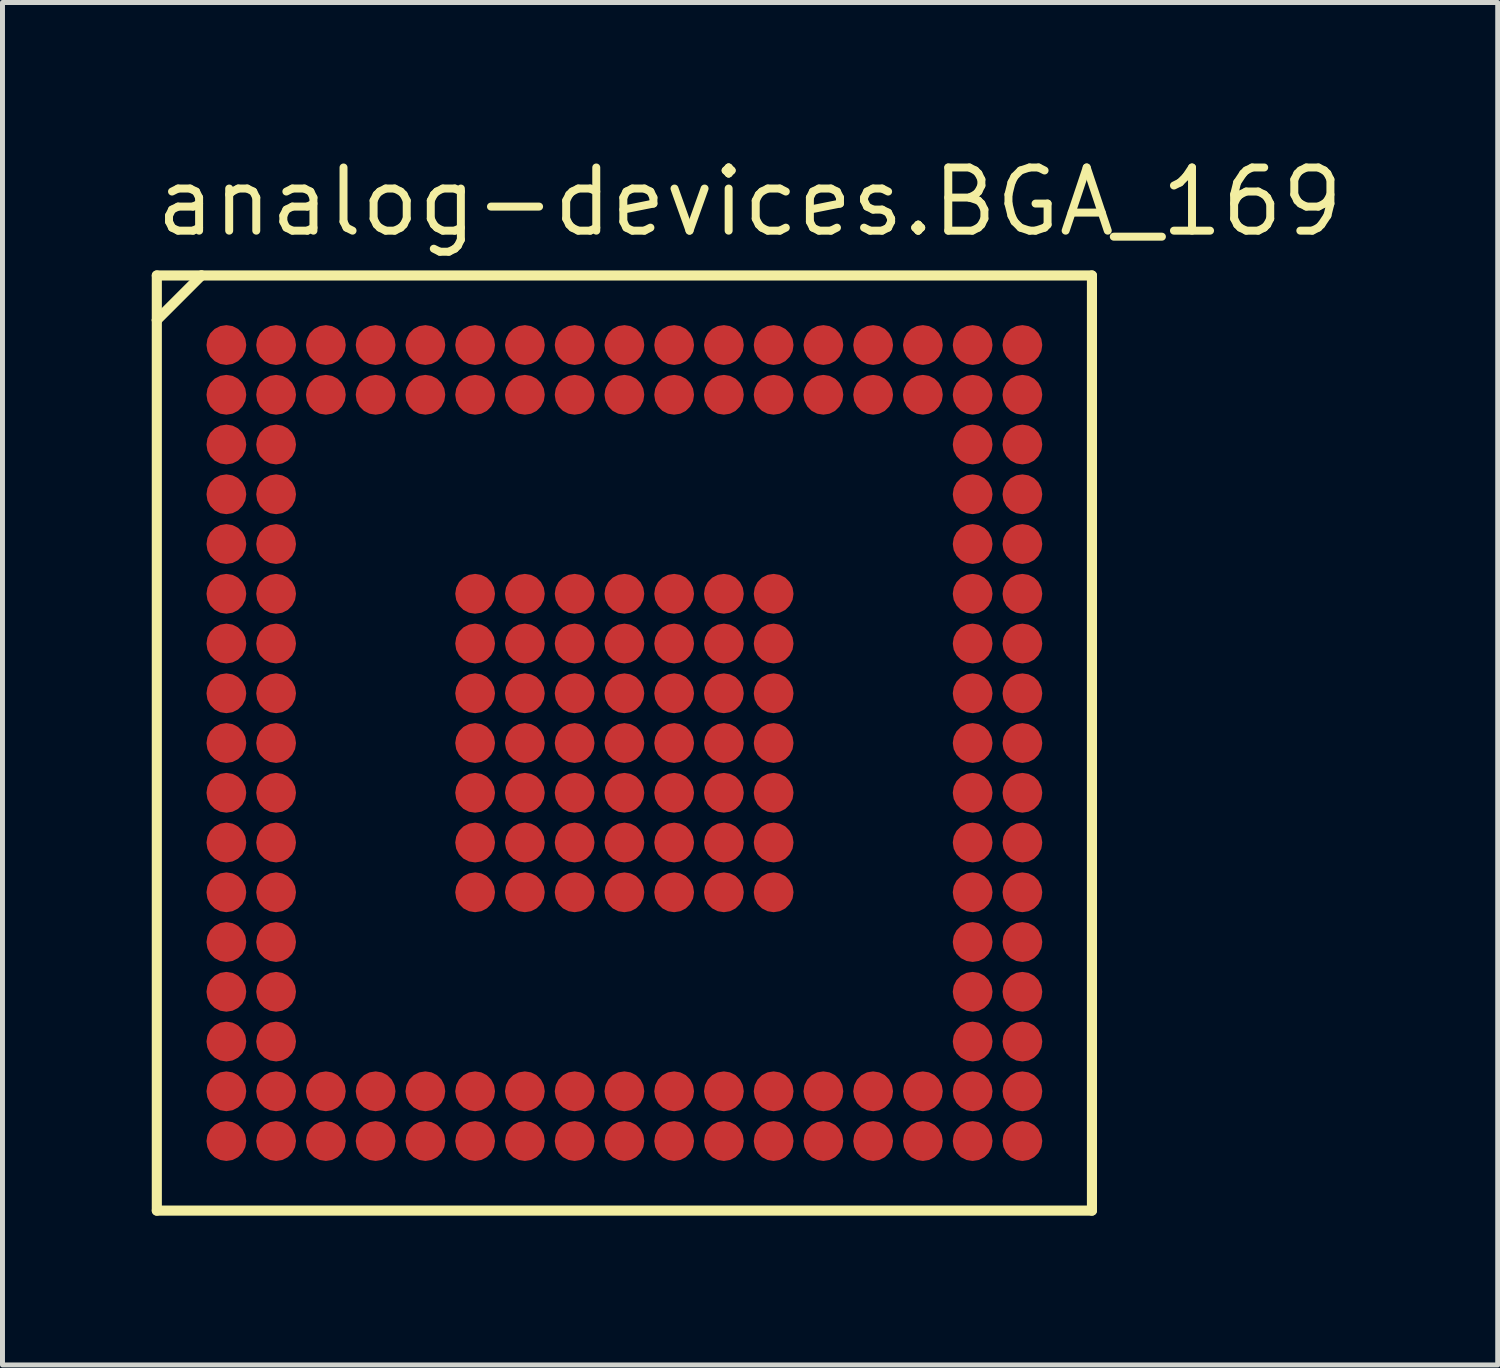
<source format=kicad_pcb>
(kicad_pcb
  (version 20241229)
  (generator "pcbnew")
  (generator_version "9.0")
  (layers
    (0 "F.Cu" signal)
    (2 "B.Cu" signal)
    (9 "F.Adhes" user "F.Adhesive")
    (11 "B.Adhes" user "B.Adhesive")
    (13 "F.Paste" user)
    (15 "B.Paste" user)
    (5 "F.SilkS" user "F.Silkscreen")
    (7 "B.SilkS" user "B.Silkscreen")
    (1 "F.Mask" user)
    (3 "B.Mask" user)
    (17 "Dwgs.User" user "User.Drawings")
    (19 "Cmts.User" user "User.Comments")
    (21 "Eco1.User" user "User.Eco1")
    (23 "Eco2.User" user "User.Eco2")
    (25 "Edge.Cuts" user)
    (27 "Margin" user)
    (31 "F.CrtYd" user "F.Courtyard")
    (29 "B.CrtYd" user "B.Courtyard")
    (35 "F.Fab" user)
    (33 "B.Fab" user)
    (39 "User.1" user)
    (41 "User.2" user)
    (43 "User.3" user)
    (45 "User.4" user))
  (footprint "analog-devices.BGA_169"
    (layer "F.Cu")
    (at 9.5 11.885)
    (property "Reference" "analog-devices.BGA_169" (at -9.5 -10.135 0) (layer "F.SilkS") (effects (font (size 1.27 1.27) (thickness 0.16)) (justify left bottom)))
    (attr smd)
    (fp_circle (center -8 -8) (end -7.65 -8) (stroke (width 0.1) (type default)) (fill no) (layer "F.Mask"))
    (fp_circle (center -8 -7) (end -7.65 -7) (stroke (width 0.1) (type default)) (fill no) (layer "F.Mask"))
    (fp_circle (center -8 -6) (end -7.65 -6) (stroke (width 0.1) (type default)) (fill no) (layer "F.Mask"))
    (fp_circle (center -8 -5) (end -7.65 -5) (stroke (width 0.1) (type default)) (fill no) (layer "F.Mask"))
    (fp_circle (center -8 -4) (end -7.65 -4) (stroke (width 0.1) (type default)) (fill no) (layer "F.Mask"))
    (fp_circle (center -8 -3) (end -7.65 -3) (stroke (width 0.1) (type default)) (fill no) (layer "F.Mask"))
    (fp_circle (center -8 -2) (end -7.65 -2) (stroke (width 0.1) (type default)) (fill no) (layer "F.Mask"))
    (fp_circle (center -8 -1) (end -7.65 -1) (stroke (width 0.1) (type default)) (fill no) (layer "F.Mask"))
    (fp_circle (center -8 0) (end -7.65 0) (stroke (width 0.1) (type default)) (fill no) (layer "F.Mask"))
    (fp_circle (center -8 1) (end -7.65 1) (stroke (width 0.1) (type default)) (fill no) (layer "F.Mask"))
    (fp_circle (center -8 2) (end -7.65 2) (stroke (width 0.1) (type default)) (fill no) (layer "F.Mask"))
    (fp_circle (center -8 3) (end -7.65 3) (stroke (width 0.1) (type default)) (fill no) (layer "F.Mask"))
    (fp_circle (center -8 4) (end -7.65 4) (stroke (width 0.1) (type default)) (fill no) (layer "F.Mask"))
    (fp_circle (center -8 5) (end -7.65 5) (stroke (width 0.1) (type default)) (fill no) (layer "F.Mask"))
    (fp_circle (center -8 6) (end -7.65 6) (stroke (width 0.1) (type default)) (fill no) (layer "F.Mask"))
    (fp_circle (center -8 7) (end -7.65 7) (stroke (width 0.1) (type default)) (fill no) (layer "F.Mask"))
    (fp_circle (center -8 8) (end -7.65 8) (stroke (width 0.1) (type default)) (fill no) (layer "F.Mask"))
    (fp_circle (center -7 -8) (end -6.65 -8) (stroke (width 0.1) (type default)) (fill no) (layer "F.Mask"))
    (fp_circle (center -7 -7) (end -6.65 -7) (stroke (width 0.1) (type default)) (fill no) (layer "F.Mask"))
    (fp_circle (center -7 -6) (end -6.65 -6) (stroke (width 0.1) (type default)) (fill no) (layer "F.Mask"))
    (fp_circle (center -7 -5) (end -6.65 -5) (stroke (width 0.1) (type default)) (fill no) (layer "F.Mask"))
    (fp_circle (center -7 -4) (end -6.65 -4) (stroke (width 0.1) (type default)) (fill no) (layer "F.Mask"))
    (fp_circle (center -7 -3) (end -6.65 -3) (stroke (width 0.1) (type default)) (fill no) (layer "F.Mask"))
    (fp_circle (center -7 -2) (end -6.65 -2) (stroke (width 0.1) (type default)) (fill no) (layer "F.Mask"))
    (fp_circle (center -7 -1) (end -6.65 -1) (stroke (width 0.1) (type default)) (fill no) (layer "F.Mask"))
    (fp_circle (center -7 0) (end -6.65 0) (stroke (width 0.1) (type default)) (fill no) (layer "F.Mask"))
    (fp_circle (center -7 1) (end -6.65 1) (stroke (width 0.1) (type default)) (fill no) (layer "F.Mask"))
    (fp_circle (center -7 2) (end -6.65 2) (stroke (width 0.1) (type default)) (fill no) (layer "F.Mask"))
    (fp_circle (center -7 3) (end -6.65 3) (stroke (width 0.1) (type default)) (fill no) (layer "F.Mask"))
    (fp_circle (center -7 4) (end -6.65 4) (stroke (width 0.1) (type default)) (fill no) (layer "F.Mask"))
    (fp_circle (center -7 5) (end -6.65 5) (stroke (width 0.1) (type default)) (fill no) (layer "F.Mask"))
    (fp_circle (center -7 6) (end -6.65 6) (stroke (width 0.1) (type default)) (fill no) (layer "F.Mask"))
    (fp_circle (center -7 7) (end -6.65 7) (stroke (width 0.1) (type default)) (fill no) (layer "F.Mask"))
    (fp_circle (center -7 8) (end -6.65 8) (stroke (width 0.1) (type default)) (fill no) (layer "F.Mask"))
    (fp_circle (center -6 -8) (end -5.65 -8) (stroke (width 0.1) (type default)) (fill no) (layer "F.Mask"))
    (fp_circle (center -6 -7) (end -5.65 -7) (stroke (width 0.1) (type default)) (fill no) (layer "F.Mask"))
    (fp_circle (center -6 7) (end -5.65 7) (stroke (width 0.1) (type default)) (fill no) (layer "F.Mask"))
    (fp_circle (center -6 8) (end -5.65 8) (stroke (width 0.1) (type default)) (fill no) (layer "F.Mask"))
    (fp_circle (center -5 -8) (end -4.65 -8) (stroke (width 0.1) (type default)) (fill no) (layer "F.Mask"))
    (fp_circle (center -5 -7) (end -4.65 -7) (stroke (width 0.1) (type default)) (fill no) (layer "F.Mask"))
    (fp_circle (center -5 7) (end -4.65 7) (stroke (width 0.1) (type default)) (fill no) (layer "F.Mask"))
    (fp_circle (center -5 8) (end -4.65 8) (stroke (width 0.1) (type default)) (fill no) (layer "F.Mask"))
    (fp_circle (center -4 -8) (end -3.65 -8) (stroke (width 0.1) (type default)) (fill no) (layer "F.Mask"))
    (fp_circle (center -4 -7) (end -3.65 -7) (stroke (width 0.1) (type default)) (fill no) (layer "F.Mask"))
    (fp_circle (center -4 7) (end -3.65 7) (stroke (width 0.1) (type default)) (fill no) (layer "F.Mask"))
    (fp_circle (center -4 8) (end -3.65 8) (stroke (width 0.1) (type default)) (fill no) (layer "F.Mask"))
    (fp_circle (center -3 -8) (end -2.65 -8) (stroke (width 0.1) (type default)) (fill no) (layer "F.Mask"))
    (fp_circle (center -3 -7) (end -2.65 -7) (stroke (width 0.1) (type default)) (fill no) (layer "F.Mask"))
    (fp_circle (center -3 -3) (end -2.65 -3) (stroke (width 0.1) (type default)) (fill no) (layer "F.Mask"))
    (fp_circle (center -3 -2) (end -2.65 -2) (stroke (width 0.1) (type default)) (fill no) (layer "F.Mask"))
    (fp_circle (center -3 -1) (end -2.65 -1) (stroke (width 0.1) (type default)) (fill no) (layer "F.Mask"))
    (fp_circle (center -3 0) (end -2.65 0) (stroke (width 0.1) (type default)) (fill no) (layer "F.Mask"))
    (fp_circle (center -3 1) (end -2.65 1) (stroke (width 0.1) (type default)) (fill no) (layer "F.Mask"))
    (fp_circle (center -3 2) (end -2.65 2) (stroke (width 0.1) (type default)) (fill no) (layer "F.Mask"))
    (fp_circle (center -3 3) (end -2.65 3) (stroke (width 0.1) (type default)) (fill no) (layer "F.Mask"))
    (fp_circle (center -3 7) (end -2.65 7) (stroke (width 0.1) (type default)) (fill no) (layer "F.Mask"))
    (fp_circle (center -3 8) (end -2.65 8) (stroke (width 0.1) (type default)) (fill no) (layer "F.Mask"))
    (fp_circle (center -2 -8) (end -1.65 -8) (stroke (width 0.1) (type default)) (fill no) (layer "F.Mask"))
    (fp_circle (center -2 -7) (end -1.65 -7) (stroke (width 0.1) (type default)) (fill no) (layer "F.Mask"))
    (fp_circle (center -2 -3) (end -1.65 -3) (stroke (width 0.1) (type default)) (fill no) (layer "F.Mask"))
    (fp_circle (center -2 -2) (end -1.65 -2) (stroke (width 0.1) (type default)) (fill no) (layer "F.Mask"))
    (fp_circle (center -2 -1) (end -1.65 -1) (stroke (width 0.1) (type default)) (fill no) (layer "F.Mask"))
    (fp_circle (center -2 0) (end -1.65 0) (stroke (width 0.1) (type default)) (fill no) (layer "F.Mask"))
    (fp_circle (center -2 1) (end -1.65 1) (stroke (width 0.1) (type default)) (fill no) (layer "F.Mask"))
    (fp_circle (center -2 2) (end -1.65 2) (stroke (width 0.1) (type default)) (fill no) (layer "F.Mask"))
    (fp_circle (center -2 3) (end -1.65 3) (stroke (width 0.1) (type default)) (fill no) (layer "F.Mask"))
    (fp_circle (center -2 7) (end -1.65 7) (stroke (width 0.1) (type default)) (fill no) (layer "F.Mask"))
    (fp_circle (center -2 8) (end -1.65 8) (stroke (width 0.1) (type default)) (fill no) (layer "F.Mask"))
    (fp_circle (center -1 -8) (end -0.65 -8) (stroke (width 0.1) (type default)) (fill no) (layer "F.Mask"))
    (fp_circle (center -1 -7) (end -0.65 -7) (stroke (width 0.1) (type default)) (fill no) (layer "F.Mask"))
    (fp_circle (center -1 -3) (end -0.65 -3) (stroke (width 0.1) (type default)) (fill no) (layer "F.Mask"))
    (fp_circle (center -1 -2) (end -0.65 -2) (stroke (width 0.1) (type default)) (fill no) (layer "F.Mask"))
    (fp_circle (center -1 -1) (end -0.65 -1) (stroke (width 0.1) (type default)) (fill no) (layer "F.Mask"))
    (fp_circle (center -1 0) (end -0.65 0) (stroke (width 0.1) (type default)) (fill no) (layer "F.Mask"))
    (fp_circle (center -1 1) (end -0.65 1) (stroke (width 0.1) (type default)) (fill no) (layer "F.Mask"))
    (fp_circle (center -1 2) (end -0.65 2) (stroke (width 0.1) (type default)) (fill no) (layer "F.Mask"))
    (fp_circle (center -1 3) (end -0.65 3) (stroke (width 0.1) (type default)) (fill no) (layer "F.Mask"))
    (fp_circle (center -1 7) (end -0.65 7) (stroke (width 0.1) (type default)) (fill no) (layer "F.Mask"))
    (fp_circle (center -1 8) (end -0.65 8) (stroke (width 0.1) (type default)) (fill no) (layer "F.Mask"))
    (fp_circle (center 0 -8) (end 0.35 -8) (stroke (width 0.1) (type default)) (fill no) (layer "F.Mask"))
    (fp_circle (center 0 -7) (end 0.35 -7) (stroke (width 0.1) (type default)) (fill no) (layer "F.Mask"))
    (fp_circle (center 0 -3) (end 0.35 -3) (stroke (width 0.1) (type default)) (fill no) (layer "F.Mask"))
    (fp_circle (center 0 -2) (end 0.35 -2) (stroke (width 0.1) (type default)) (fill no) (layer "F.Mask"))
    (fp_circle (center 0 -1) (end 0.35 -1) (stroke (width 0.1) (type default)) (fill no) (layer "F.Mask"))
    (fp_circle (center 0 0) (end 0.35 0) (stroke (width 0.1) (type default)) (fill no) (layer "F.Mask"))
    (fp_circle (center 0 1) (end 0.35 1) (stroke (width 0.1) (type default)) (fill no) (layer "F.Mask"))
    (fp_circle (center 0 2) (end 0.35 2) (stroke (width 0.1) (type default)) (fill no) (layer "F.Mask"))
    (fp_circle (center 0 3) (end 0.35 3) (stroke (width 0.1) (type default)) (fill no) (layer "F.Mask"))
    (fp_circle (center 0 7) (end 0.35 7) (stroke (width 0.1) (type default)) (fill no) (layer "F.Mask"))
    (fp_circle (center 0 8) (end 0.35 8) (stroke (width 0.1) (type default)) (fill no) (layer "F.Mask"))
    (fp_circle (center 1 -8) (end 1.35 -8) (stroke (width 0.1) (type default)) (fill no) (layer "F.Mask"))
    (fp_circle (center 1 -7) (end 1.35 -7) (stroke (width 0.1) (type default)) (fill no) (layer "F.Mask"))
    (fp_circle (center 1 -3) (end 1.35 -3) (stroke (width 0.1) (type default)) (fill no) (layer "F.Mask"))
    (fp_circle (center 1 -2) (end 1.35 -2) (stroke (width 0.1) (type default)) (fill no) (layer "F.Mask"))
    (fp_circle (center 1 -1) (end 1.35 -1) (stroke (width 0.1) (type default)) (fill no) (layer "F.Mask"))
    (fp_circle (center 1 0) (end 1.35 0) (stroke (width 0.1) (type default)) (fill no) (layer "F.Mask"))
    (fp_circle (center 1 1) (end 1.35 1) (stroke (width 0.1) (type default)) (fill no) (layer "F.Mask"))
    (fp_circle (center 1 2) (end 1.35 2) (stroke (width 0.1) (type default)) (fill no) (layer "F.Mask"))
    (fp_circle (center 1 3) (end 1.35 3) (stroke (width 0.1) (type default)) (fill no) (layer "F.Mask"))
    (fp_circle (center 1 7) (end 1.35 7) (stroke (width 0.1) (type default)) (fill no) (layer "F.Mask"))
    (fp_circle (center 1 8) (end 1.35 8) (stroke (width 0.1) (type default)) (fill no) (layer "F.Mask"))
    (fp_circle (center 2 -8) (end 2.35 -8) (stroke (width 0.1) (type default)) (fill no) (layer "F.Mask"))
    (fp_circle (center 2 -7) (end 2.35 -7) (stroke (width 0.1) (type default)) (fill no) (layer "F.Mask"))
    (fp_circle (center 2 -3) (end 2.35 -3) (stroke (width 0.1) (type default)) (fill no) (layer "F.Mask"))
    (fp_circle (center 2 -2) (end 2.35 -2) (stroke (width 0.1) (type default)) (fill no) (layer "F.Mask"))
    (fp_circle (center 2 -1) (end 2.35 -1) (stroke (width 0.1) (type default)) (fill no) (layer "F.Mask"))
    (fp_circle (center 2 0) (end 2.35 0) (stroke (width 0.1) (type default)) (fill no) (layer "F.Mask"))
    (fp_circle (center 2 1) (end 2.35 1) (stroke (width 0.1) (type default)) (fill no) (layer "F.Mask"))
    (fp_circle (center 2 2) (end 2.35 2) (stroke (width 0.1) (type default)) (fill no) (layer "F.Mask"))
    (fp_circle (center 2 3) (end 2.35 3) (stroke (width 0.1) (type default)) (fill no) (layer "F.Mask"))
    (fp_circle (center 2 7) (end 2.35 7) (stroke (width 0.1) (type default)) (fill no) (layer "F.Mask"))
    (fp_circle (center 2 8) (end 2.35 8) (stroke (width 0.1) (type default)) (fill no) (layer "F.Mask"))
    (fp_circle (center 3 -8) (end 3.35 -8) (stroke (width 0.1) (type default)) (fill no) (layer "F.Mask"))
    (fp_circle (center 3 -7) (end 3.35 -7) (stroke (width 0.1) (type default)) (fill no) (layer "F.Mask"))
    (fp_circle (center 3 -3) (end 3.35 -3) (stroke (width 0.1) (type default)) (fill no) (layer "F.Mask"))
    (fp_circle (center 3 -2) (end 3.35 -2) (stroke (width 0.1) (type default)) (fill no) (layer "F.Mask"))
    (fp_circle (center 3 -1) (end 3.35 -1) (stroke (width 0.1) (type default)) (fill no) (layer "F.Mask"))
    (fp_circle (center 3 0) (end 3.35 0) (stroke (width 0.1) (type default)) (fill no) (layer "F.Mask"))
    (fp_circle (center 3 1) (end 3.35 1) (stroke (width 0.1) (type default)) (fill no) (layer "F.Mask"))
    (fp_circle (center 3 2) (end 3.35 2) (stroke (width 0.1) (type default)) (fill no) (layer "F.Mask"))
    (fp_circle (center 3 3) (end 3.35 3) (stroke (width 0.1) (type default)) (fill no) (layer "F.Mask"))
    (fp_circle (center 3 7) (end 3.35 7) (stroke (width 0.1) (type default)) (fill no) (layer "F.Mask"))
    (fp_circle (center 3 8) (end 3.35 8) (stroke (width 0.1) (type default)) (fill no) (layer "F.Mask"))
    (fp_circle (center 4 -8) (end 4.35 -8) (stroke (width 0.1) (type default)) (fill no) (layer "F.Mask"))
    (fp_circle (center 4 -7) (end 4.35 -7) (stroke (width 0.1) (type default)) (fill no) (layer "F.Mask"))
    (fp_circle (center 4 7) (end 4.35 7) (stroke (width 0.1) (type default)) (fill no) (layer "F.Mask"))
    (fp_circle (center 4 8) (end 4.35 8) (stroke (width 0.1) (type default)) (fill no) (layer "F.Mask"))
    (fp_circle (center 5 -8) (end 5.35 -8) (stroke (width 0.1) (type default)) (fill no) (layer "F.Mask"))
    (fp_circle (center 5 -7) (end 5.35 -7) (stroke (width 0.1) (type default)) (fill no) (layer "F.Mask"))
    (fp_circle (center 5 7) (end 5.35 7) (stroke (width 0.1) (type default)) (fill no) (layer "F.Mask"))
    (fp_circle (center 5 8) (end 5.35 8) (stroke (width 0.1) (type default)) (fill no) (layer "F.Mask"))
    (fp_circle (center 6 -8) (end 6.35 -8) (stroke (width 0.1) (type default)) (fill no) (layer "F.Mask"))
    (fp_circle (center 6 -7) (end 6.35 -7) (stroke (width 0.1) (type default)) (fill no) (layer "F.Mask"))
    (fp_circle (center 6 7) (end 6.35 7) (stroke (width 0.1) (type default)) (fill no) (layer "F.Mask"))
    (fp_circle (center 6 8) (end 6.35 8) (stroke (width 0.1) (type default)) (fill no) (layer "F.Mask"))
    (fp_circle (center 7 -8) (end 7.35 -8) (stroke (width 0.1) (type default)) (fill no) (layer "F.Mask"))
    (fp_circle (center 7 -7) (end 7.35 -7) (stroke (width 0.1) (type default)) (fill no) (layer "F.Mask"))
    (fp_circle (center 7 -6) (end 7.35 -6) (stroke (width 0.1) (type default)) (fill no) (layer "F.Mask"))
    (fp_circle (center 7 -5) (end 7.35 -5) (stroke (width 0.1) (type default)) (fill no) (layer "F.Mask"))
    (fp_circle (center 7 -4) (end 7.35 -4) (stroke (width 0.1) (type default)) (fill no) (layer "F.Mask"))
    (fp_circle (center 7 -3) (end 7.35 -3) (stroke (width 0.1) (type default)) (fill no) (layer "F.Mask"))
    (fp_circle (center 7 -2) (end 7.35 -2) (stroke (width 0.1) (type default)) (fill no) (layer "F.Mask"))
    (fp_circle (center 7 -1) (end 7.35 -1) (stroke (width 0.1) (type default)) (fill no) (layer "F.Mask"))
    (fp_circle (center 7 0) (end 7.35 0) (stroke (width 0.1) (type default)) (fill no) (layer "F.Mask"))
    (fp_circle (center 7 1) (end 7.35 1) (stroke (width 0.1) (type default)) (fill no) (layer "F.Mask"))
    (fp_circle (center 7 2) (end 7.35 2) (stroke (width 0.1) (type default)) (fill no) (layer "F.Mask"))
    (fp_circle (center 7 3) (end 7.35 3) (stroke (width 0.1) (type default)) (fill no) (layer "F.Mask"))
    (fp_circle (center 7 4) (end 7.35 4) (stroke (width 0.1) (type default)) (fill no) (layer "F.Mask"))
    (fp_circle (center 7 5) (end 7.35 5) (stroke (width 0.1) (type default)) (fill no) (layer "F.Mask"))
    (fp_circle (center 7 6) (end 7.35 6) (stroke (width 0.1) (type default)) (fill no) (layer "F.Mask"))
    (fp_circle (center 7 7) (end 7.35 7) (stroke (width 0.1) (type default)) (fill no) (layer "F.Mask"))
    (fp_circle (center 7 8) (end 7.35 8) (stroke (width 0.1) (type default)) (fill no) (layer "F.Mask"))
    (fp_circle (center 8 -8) (end 8.35 -8) (stroke (width 0.1) (type default)) (fill no) (layer "F.Mask"))
    (fp_circle (center 8 -7) (end 8.35 -7) (stroke (width 0.1) (type default)) (fill no) (layer "F.Mask"))
    (fp_circle (center 8 -6) (end 8.35 -6) (stroke (width 0.1) (type default)) (fill no) (layer "F.Mask"))
    (fp_circle (center 8 -5) (end 8.35 -5) (stroke (width 0.1) (type default)) (fill no) (layer "F.Mask"))
    (fp_circle (center 8 -4) (end 8.35 -4) (stroke (width 0.1) (type default)) (fill no) (layer "F.Mask"))
    (fp_circle (center 8 -3) (end 8.35 -3) (stroke (width 0.1) (type default)) (fill no) (layer "F.Mask"))
    (fp_circle (center 8 -2) (end 8.35 -2) (stroke (width 0.1) (type default)) (fill no) (layer "F.Mask"))
    (fp_circle (center 8 -1) (end 8.35 -1) (stroke (width 0.1) (type default)) (fill no) (layer "F.Mask"))
    (fp_circle (center 8 0) (end 8.35 0) (stroke (width 0.1) (type default)) (fill no) (layer "F.Mask"))
    (fp_circle (center 8 1) (end 8.35 1) (stroke (width 0.1) (type default)) (fill no) (layer "F.Mask"))
    (fp_circle (center 8 2) (end 8.35 2) (stroke (width 0.1) (type default)) (fill no) (layer "F.Mask"))
    (fp_circle (center 8 3) (end 8.35 3) (stroke (width 0.1) (type default)) (fill no) (layer "F.Mask"))
    (fp_circle (center 8 4) (end 8.35 4) (stroke (width 0.1) (type default)) (fill no) (layer "F.Mask"))
    (fp_circle (center 8 5) (end 8.35 5) (stroke (width 0.1) (type default)) (fill no) (layer "F.Mask"))
    (fp_circle (center 8 6) (end 8.35 6) (stroke (width 0.1) (type default)) (fill no) (layer "F.Mask"))
    (fp_circle (center 8 7) (end 8.35 7) (stroke (width 0.1) (type default)) (fill no) (layer "F.Mask"))
    (fp_circle (center 8 8) (end 8.35 8) (stroke (width 0.1) (type default)) (fill no) (layer "F.Mask"))
    (fp_line (start -9.398 -9.398) (end -9.398 -8.5) (stroke (width 0.203) (type default)) (layer "F.SilkS"))
    (fp_line (start -9.398 -8.5) (end -9.398 9.398) (stroke (width 0.203) (type default)) (layer "F.SilkS"))
    (fp_line (start -9.398 -8.5) (end -8.5 -9.398) (stroke (width 0.203) (type default)) (layer "F.SilkS"))
    (fp_line (start -9.398 9.398) (end 9.398 9.398) (stroke (width 0.203) (type default)) (layer "F.SilkS"))
    (fp_line (start -8.5 -9.398) (end -9.398 -9.398) (stroke (width 0.203) (type default)) (layer "F.SilkS"))
    (fp_line (start 9.398 -9.398) (end -8.5 -9.398) (stroke (width 0.203) (type default)) (layer "F.SilkS"))
    (fp_line (start 9.398 9.398) (end 9.398 -9.398) (stroke (width 0.203) (type default)) (layer "F.SilkS"))
    (pad "A1" smd roundrect (at -8 -8) (size 0.8 0.8) (layers "F.Cu" "F.Mask" "F.Paste") (roundrect_rratio 0.5))
    (pad "A2" smd roundrect (at -7 -8) (size 0.8 0.8) (layers "F.Cu" "F.Mask" "F.Paste") (roundrect_rratio 0.5))
    (pad "A3" smd roundrect (at -6 -8) (size 0.8 0.8) (layers "F.Cu" "F.Mask" "F.Paste") (roundrect_rratio 0.5))
    (pad "A4" smd roundrect (at -5 -8) (size 0.8 0.8) (layers "F.Cu" "F.Mask" "F.Paste") (roundrect_rratio 0.5))
    (pad "A5" smd roundrect (at -4 -8) (size 0.8 0.8) (layers "F.Cu" "F.Mask" "F.Paste") (roundrect_rratio 0.5))
    (pad "A6" smd roundrect (at -3 -8) (size 0.8 0.8) (layers "F.Cu" "F.Mask" "F.Paste") (roundrect_rratio 0.5))
    (pad "A7" smd roundrect (at -2 -8) (size 0.8 0.8) (layers "F.Cu" "F.Mask" "F.Paste") (roundrect_rratio 0.5))
    (pad "A8" smd roundrect (at -1 -8) (size 0.8 0.8) (layers "F.Cu" "F.Mask" "F.Paste") (roundrect_rratio 0.5))
    (pad "A9" smd roundrect (at 0 -8) (size 0.8 0.8) (layers "F.Cu" "F.Mask" "F.Paste") (roundrect_rratio 0.5))
    (pad "A10" smd roundrect (at 1 -8) (size 0.8 0.8) (layers "F.Cu" "F.Mask" "F.Paste") (roundrect_rratio 0.5))
    (pad "A11" smd roundrect (at 2 -8) (size 0.8 0.8) (layers "F.Cu" "F.Mask" "F.Paste") (roundrect_rratio 0.5))
    (pad "A12" smd roundrect (at 3 -8) (size 0.8 0.8) (layers "F.Cu" "F.Mask" "F.Paste") (roundrect_rratio 0.5))
    (pad "A13" smd roundrect (at 4 -8) (size 0.8 0.8) (layers "F.Cu" "F.Mask" "F.Paste") (roundrect_rratio 0.5))
    (pad "A14" smd roundrect (at 5 -8) (size 0.8 0.8) (layers "F.Cu" "F.Mask" "F.Paste") (roundrect_rratio 0.5))
    (pad "A15" smd roundrect (at 8 -8) (size 0.8 0.8) (layers "F.Cu" "F.Mask" "F.Paste") (roundrect_rratio 0.5))
    (pad "A16" smd roundrect (at 7 -8) (size 0.8 0.8) (layers "F.Cu" "F.Mask" "F.Paste") (roundrect_rratio 0.5))
    (pad "A17" smd roundrect (at 6 -8) (size 0.8 0.8) (layers "F.Cu" "F.Mask" "F.Paste") (roundrect_rratio 0.5))
    (pad "B1" smd roundrect (at -8 -7) (size 0.8 0.8) (layers "F.Cu" "F.Mask" "F.Paste") (roundrect_rratio 0.5))
    (pad "B2" smd roundrect (at -7 -7) (size 0.8 0.8) (layers "F.Cu" "F.Mask" "F.Paste") (roundrect_rratio 0.5))
    (pad "B3" smd roundrect (at -6 -7) (size 0.8 0.8) (layers "F.Cu" "F.Mask" "F.Paste") (roundrect_rratio 0.5))
    (pad "B4" smd roundrect (at -5 -7) (size 0.8 0.8) (layers "F.Cu" "F.Mask" "F.Paste") (roundrect_rratio 0.5))
    (pad "B5" smd roundrect (at -4 -7) (size 0.8 0.8) (layers "F.Cu" "F.Mask" "F.Paste") (roundrect_rratio 0.5))
    (pad "B6" smd roundrect (at -3 -7) (size 0.8 0.8) (layers "F.Cu" "F.Mask" "F.Paste") (roundrect_rratio 0.5))
    (pad "B7" smd roundrect (at -2 -7) (size 0.8 0.8) (layers "F.Cu" "F.Mask" "F.Paste") (roundrect_rratio 0.5))
    (pad "B8" smd roundrect (at -1 -7) (size 0.8 0.8) (layers "F.Cu" "F.Mask" "F.Paste") (roundrect_rratio 0.5))
    (pad "B9" smd roundrect (at 0 -7) (size 0.8 0.8) (layers "F.Cu" "F.Mask" "F.Paste") (roundrect_rratio 0.5))
    (pad "B10" smd roundrect (at 1 -7) (size 0.8 0.8) (layers "F.Cu" "F.Mask" "F.Paste") (roundrect_rratio 0.5))
    (pad "B11" smd roundrect (at 2 -7) (size 0.8 0.8) (layers "F.Cu" "F.Mask" "F.Paste") (roundrect_rratio 0.5))
    (pad "B12" smd roundrect (at 3 -7) (size 0.8 0.8) (layers "F.Cu" "F.Mask" "F.Paste") (roundrect_rratio 0.5))
    (pad "B13" smd roundrect (at 4 -7) (size 0.8 0.8) (layers "F.Cu" "F.Mask" "F.Paste") (roundrect_rratio 0.5))
    (pad "B14" smd roundrect (at 5 -7) (size 0.8 0.8) (layers "F.Cu" "F.Mask" "F.Paste") (roundrect_rratio 0.5))
    (pad "B15" smd roundrect (at 8 -7) (size 0.8 0.8) (layers "F.Cu" "F.Mask" "F.Paste") (roundrect_rratio 0.5))
    (pad "B16" smd roundrect (at 7 -7) (size 0.8 0.8) (layers "F.Cu" "F.Mask" "F.Paste") (roundrect_rratio 0.5))
    (pad "B17" smd roundrect (at 6 -7) (size 0.8 0.8) (layers "F.Cu" "F.Mask" "F.Paste") (roundrect_rratio 0.5))
    (pad "C1" smd roundrect (at -8 -6) (size 0.8 0.8) (layers "F.Cu" "F.Mask" "F.Paste") (roundrect_rratio 0.5))
    (pad "C2" smd roundrect (at -7 -6) (size 0.8 0.8) (layers "F.Cu" "F.Mask" "F.Paste") (roundrect_rratio 0.5))
    (pad "C15" smd roundrect (at 8 -6) (size 0.8 0.8) (layers "F.Cu" "F.Mask" "F.Paste") (roundrect_rratio 0.5))
    (pad "C16" smd roundrect (at 7 -6) (size 0.8 0.8) (layers "F.Cu" "F.Mask" "F.Paste") (roundrect_rratio 0.5))
    (pad "D1" smd roundrect (at -8 -5) (size 0.8 0.8) (layers "F.Cu" "F.Mask" "F.Paste") (roundrect_rratio 0.5))
    (pad "D2" smd roundrect (at -7 -5) (size 0.8 0.8) (layers "F.Cu" "F.Mask" "F.Paste") (roundrect_rratio 0.5))
    (pad "D15" smd roundrect (at 8 -5) (size 0.8 0.8) (layers "F.Cu" "F.Mask" "F.Paste") (roundrect_rratio 0.5))
    (pad "D16" smd roundrect (at 7 -5) (size 0.8 0.8) (layers "F.Cu" "F.Mask" "F.Paste") (roundrect_rratio 0.5))
    (pad "E1" smd roundrect (at -8 -4) (size 0.8 0.8) (layers "F.Cu" "F.Mask" "F.Paste") (roundrect_rratio 0.5))
    (pad "E2" smd roundrect (at -7 -4) (size 0.8 0.8) (layers "F.Cu" "F.Mask" "F.Paste") (roundrect_rratio 0.5))
    (pad "E15" smd roundrect (at 8 -4) (size 0.8 0.8) (layers "F.Cu" "F.Mask" "F.Paste") (roundrect_rratio 0.5))
    (pad "E16" smd roundrect (at 7 -4) (size 0.8 0.8) (layers "F.Cu" "F.Mask" "F.Paste") (roundrect_rratio 0.5))
    (pad "F1" smd roundrect (at -8 -3) (size 0.8 0.8) (layers "F.Cu" "F.Mask" "F.Paste") (roundrect_rratio 0.5))
    (pad "F2" smd roundrect (at -7 -3) (size 0.8 0.8) (layers "F.Cu" "F.Mask" "F.Paste") (roundrect_rratio 0.5))
    (pad "F6" smd roundrect (at -3 -3) (size 0.8 0.8) (layers "F.Cu" "F.Mask" "F.Paste") (roundrect_rratio 0.5))
    (pad "F7" smd roundrect (at -2 -3) (size 0.8 0.8) (layers "F.Cu" "F.Mask" "F.Paste") (roundrect_rratio 0.5))
    (pad "F8" smd roundrect (at -1 -3) (size 0.8 0.8) (layers "F.Cu" "F.Mask" "F.Paste") (roundrect_rratio 0.5))
    (pad "F9" smd roundrect (at 0 -3) (size 0.8 0.8) (layers "F.Cu" "F.Mask" "F.Paste") (roundrect_rratio 0.5))
    (pad "F10" smd roundrect (at 1 -3) (size 0.8 0.8) (layers "F.Cu" "F.Mask" "F.Paste") (roundrect_rratio 0.5))
    (pad "F11" smd roundrect (at 2 -3) (size 0.8 0.8) (layers "F.Cu" "F.Mask" "F.Paste") (roundrect_rratio 0.5))
    (pad "F12" smd roundrect (at 3 -3) (size 0.8 0.8) (layers "F.Cu" "F.Mask" "F.Paste") (roundrect_rratio 0.5))
    (pad "F15" smd roundrect (at 8 -3) (size 0.8 0.8) (layers "F.Cu" "F.Mask" "F.Paste") (roundrect_rratio 0.5))
    (pad "F16" smd roundrect (at 7 -3) (size 0.8 0.8) (layers "F.Cu" "F.Mask" "F.Paste") (roundrect_rratio 0.5))
    (pad "G1" smd roundrect (at -8 -2) (size 0.8 0.8) (layers "F.Cu" "F.Mask" "F.Paste") (roundrect_rratio 0.5))
    (pad "G2" smd roundrect (at -7 -2) (size 0.8 0.8) (layers "F.Cu" "F.Mask" "F.Paste") (roundrect_rratio 0.5))
    (pad "G6" smd roundrect (at -3 -2) (size 0.8 0.8) (layers "F.Cu" "F.Mask" "F.Paste") (roundrect_rratio 0.5))
    (pad "G7" smd roundrect (at -2 -2) (size 0.8 0.8) (layers "F.Cu" "F.Mask" "F.Paste") (roundrect_rratio 0.5))
    (pad "G8" smd roundrect (at -1 -2) (size 0.8 0.8) (layers "F.Cu" "F.Mask" "F.Paste") (roundrect_rratio 0.5))
    (pad "G9" smd roundrect (at 0 -2) (size 0.8 0.8) (layers "F.Cu" "F.Mask" "F.Paste") (roundrect_rratio 0.5))
    (pad "G10" smd roundrect (at 1 -2) (size 0.8 0.8) (layers "F.Cu" "F.Mask" "F.Paste") (roundrect_rratio 0.5))
    (pad "G11" smd roundrect (at 2 -2) (size 0.8 0.8) (layers "F.Cu" "F.Mask" "F.Paste") (roundrect_rratio 0.5))
    (pad "G12" smd roundrect (at 3 -2) (size 0.8 0.8) (layers "F.Cu" "F.Mask" "F.Paste") (roundrect_rratio 0.5))
    (pad "G15" smd roundrect (at 8 -2) (size 0.8 0.8) (layers "F.Cu" "F.Mask" "F.Paste") (roundrect_rratio 0.5))
    (pad "G16" smd roundrect (at 7 -2) (size 0.8 0.8) (layers "F.Cu" "F.Mask" "F.Paste") (roundrect_rratio 0.5))
    (pad "H1" smd roundrect (at -8 -1) (size 0.8 0.8) (layers "F.Cu" "F.Mask" "F.Paste") (roundrect_rratio 0.5))
    (pad "H2" smd roundrect (at -7 -1) (size 0.8 0.8) (layers "F.Cu" "F.Mask" "F.Paste") (roundrect_rratio 0.5))
    (pad "H6" smd roundrect (at -3 -1) (size 0.8 0.8) (layers "F.Cu" "F.Mask" "F.Paste") (roundrect_rratio 0.5))
    (pad "H7" smd roundrect (at -2 -1) (size 0.8 0.8) (layers "F.Cu" "F.Mask" "F.Paste") (roundrect_rratio 0.5))
    (pad "H8" smd roundrect (at -1 -1) (size 0.8 0.8) (layers "F.Cu" "F.Mask" "F.Paste") (roundrect_rratio 0.5))
    (pad "H9" smd roundrect (at 0 -1) (size 0.8 0.8) (layers "F.Cu" "F.Mask" "F.Paste") (roundrect_rratio 0.5))
    (pad "H10" smd roundrect (at 1 -1) (size 0.8 0.8) (layers "F.Cu" "F.Mask" "F.Paste") (roundrect_rratio 0.5))
    (pad "H11" smd roundrect (at 2 -1) (size 0.8 0.8) (layers "F.Cu" "F.Mask" "F.Paste") (roundrect_rratio 0.5))
    (pad "H12" smd roundrect (at 3 -1) (size 0.8 0.8) (layers "F.Cu" "F.Mask" "F.Paste") (roundrect_rratio 0.5))
    (pad "H15" smd roundrect (at 8 -1) (size 0.8 0.8) (layers "F.Cu" "F.Mask" "F.Paste") (roundrect_rratio 0.5))
    (pad "H16" smd roundrect (at 7 -1) (size 0.8 0.8) (layers "F.Cu" "F.Mask" "F.Paste") (roundrect_rratio 0.5))
    (pad "J1" smd roundrect (at -8 0) (size 0.8 0.8) (layers "F.Cu" "F.Mask" "F.Paste") (roundrect_rratio 0.5))
    (pad "J2" smd roundrect (at -7 0) (size 0.8 0.8) (layers "F.Cu" "F.Mask" "F.Paste") (roundrect_rratio 0.5))
    (pad "J6" smd roundrect (at -3 0) (size 0.8 0.8) (layers "F.Cu" "F.Mask" "F.Paste") (roundrect_rratio 0.5))
    (pad "J7" smd roundrect (at -2 0) (size 0.8 0.8) (layers "F.Cu" "F.Mask" "F.Paste") (roundrect_rratio 0.5))
    (pad "J8" smd roundrect (at -1 0) (size 0.8 0.8) (layers "F.Cu" "F.Mask" "F.Paste") (roundrect_rratio 0.5))
    (pad "J9" smd roundrect (at 0 0) (size 0.8 0.8) (layers "F.Cu" "F.Mask" "F.Paste") (roundrect_rratio 0.5))
    (pad "J10" smd roundrect (at 1 0) (size 0.8 0.8) (layers "F.Cu" "F.Mask" "F.Paste") (roundrect_rratio 0.5))
    (pad "J11" smd roundrect (at 2 0) (size 0.8 0.8) (layers "F.Cu" "F.Mask" "F.Paste") (roundrect_rratio 0.5))
    (pad "J12" smd roundrect (at 3 0) (size 0.8 0.8) (layers "F.Cu" "F.Mask" "F.Paste") (roundrect_rratio 0.5))
    (pad "J15" smd roundrect (at 8 0) (size 0.8 0.8) (layers "F.Cu" "F.Mask" "F.Paste") (roundrect_rratio 0.5))
    (pad "J16" smd roundrect (at 7 0) (size 0.8 0.8) (layers "F.Cu" "F.Mask" "F.Paste") (roundrect_rratio 0.5))
    (pad "K1" smd roundrect (at -8 1) (size 0.8 0.8) (layers "F.Cu" "F.Mask" "F.Paste") (roundrect_rratio 0.5))
    (pad "K2" smd roundrect (at -7 1) (size 0.8 0.8) (layers "F.Cu" "F.Mask" "F.Paste") (roundrect_rratio 0.5))
    (pad "K6" smd roundrect (at -3 1) (size 0.8 0.8) (layers "F.Cu" "F.Mask" "F.Paste") (roundrect_rratio 0.5))
    (pad "K7" smd roundrect (at -2 1) (size 0.8 0.8) (layers "F.Cu" "F.Mask" "F.Paste") (roundrect_rratio 0.5))
    (pad "K8" smd roundrect (at -1 1) (size 0.8 0.8) (layers "F.Cu" "F.Mask" "F.Paste") (roundrect_rratio 0.5))
    (pad "K9" smd roundrect (at 0 1) (size 0.8 0.8) (layers "F.Cu" "F.Mask" "F.Paste") (roundrect_rratio 0.5))
    (pad "K10" smd roundrect (at 1 1) (size 0.8 0.8) (layers "F.Cu" "F.Mask" "F.Paste") (roundrect_rratio 0.5))
    (pad "K11" smd roundrect (at 2 1) (size 0.8 0.8) (layers "F.Cu" "F.Mask" "F.Paste") (roundrect_rratio 0.5))
    (pad "K12" smd roundrect (at 3 1) (size 0.8 0.8) (layers "F.Cu" "F.Mask" "F.Paste") (roundrect_rratio 0.5))
    (pad "K15" smd roundrect (at 8 1) (size 0.8 0.8) (layers "F.Cu" "F.Mask" "F.Paste") (roundrect_rratio 0.5))
    (pad "K16" smd roundrect (at 7 1) (size 0.8 0.8) (layers "F.Cu" "F.Mask" "F.Paste") (roundrect_rratio 0.5))
    (pad "L1" smd roundrect (at -8 2) (size 0.8 0.8) (layers "F.Cu" "F.Mask" "F.Paste") (roundrect_rratio 0.5))
    (pad "L2" smd roundrect (at -7 2) (size 0.8 0.8) (layers "F.Cu" "F.Mask" "F.Paste") (roundrect_rratio 0.5))
    (pad "L6" smd roundrect (at -3 2) (size 0.8 0.8) (layers "F.Cu" "F.Mask" "F.Paste") (roundrect_rratio 0.5))
    (pad "L7" smd roundrect (at -2 2) (size 0.8 0.8) (layers "F.Cu" "F.Mask" "F.Paste") (roundrect_rratio 0.5))
    (pad "L8" smd roundrect (at -1 2) (size 0.8 0.8) (layers "F.Cu" "F.Mask" "F.Paste") (roundrect_rratio 0.5))
    (pad "L9" smd roundrect (at 0 2) (size 0.8 0.8) (layers "F.Cu" "F.Mask" "F.Paste") (roundrect_rratio 0.5))
    (pad "L10" smd roundrect (at 1 2) (size 0.8 0.8) (layers "F.Cu" "F.Mask" "F.Paste") (roundrect_rratio 0.5))
    (pad "L11" smd roundrect (at 2 2) (size 0.8 0.8) (layers "F.Cu" "F.Mask" "F.Paste") (roundrect_rratio 0.5))
    (pad "L12" smd roundrect (at 3 2) (size 0.8 0.8) (layers "F.Cu" "F.Mask" "F.Paste") (roundrect_rratio 0.5))
    (pad "L15" smd roundrect (at 8 2) (size 0.8 0.8) (layers "F.Cu" "F.Mask" "F.Paste") (roundrect_rratio 0.5))
    (pad "L16" smd roundrect (at 7 2) (size 0.8 0.8) (layers "F.Cu" "F.Mask" "F.Paste") (roundrect_rratio 0.5))
    (pad "M1" smd roundrect (at -8 3) (size 0.8 0.8) (layers "F.Cu" "F.Mask" "F.Paste") (roundrect_rratio 0.5))
    (pad "M2" smd roundrect (at -7 3) (size 0.8 0.8) (layers "F.Cu" "F.Mask" "F.Paste") (roundrect_rratio 0.5))
    (pad "M6" smd roundrect (at -3 3) (size 0.8 0.8) (layers "F.Cu" "F.Mask" "F.Paste") (roundrect_rratio 0.5))
    (pad "M7" smd roundrect (at -2 3) (size 0.8 0.8) (layers "F.Cu" "F.Mask" "F.Paste") (roundrect_rratio 0.5))
    (pad "M8" smd roundrect (at -1 3) (size 0.8 0.8) (layers "F.Cu" "F.Mask" "F.Paste") (roundrect_rratio 0.5))
    (pad "M9" smd roundrect (at 0 3) (size 0.8 0.8) (layers "F.Cu" "F.Mask" "F.Paste") (roundrect_rratio 0.5))
    (pad "M10" smd roundrect (at 1 3) (size 0.8 0.8) (layers "F.Cu" "F.Mask" "F.Paste") (roundrect_rratio 0.5))
    (pad "M11" smd roundrect (at 2 3) (size 0.8 0.8) (layers "F.Cu" "F.Mask" "F.Paste") (roundrect_rratio 0.5))
    (pad "M12" smd roundrect (at 3 3) (size 0.8 0.8) (layers "F.Cu" "F.Mask" "F.Paste") (roundrect_rratio 0.5))
    (pad "M15" smd roundrect (at 8 3) (size 0.8 0.8) (layers "F.Cu" "F.Mask" "F.Paste") (roundrect_rratio 0.5))
    (pad "M16" smd roundrect (at 7 3) (size 0.8 0.8) (layers "F.Cu" "F.Mask" "F.Paste") (roundrect_rratio 0.5))
    (pad "N1" smd roundrect (at -8 4) (size 0.8 0.8) (layers "F.Cu" "F.Mask" "F.Paste") (roundrect_rratio 0.5))
    (pad "N2" smd roundrect (at -7 4) (size 0.8 0.8) (layers "F.Cu" "F.Mask" "F.Paste") (roundrect_rratio 0.5))
    (pad "N15" smd roundrect (at 8 4) (size 0.8 0.8) (layers "F.Cu" "F.Mask" "F.Paste") (roundrect_rratio 0.5))
    (pad "N16" smd roundrect (at 7 4) (size 0.8 0.8) (layers "F.Cu" "F.Mask" "F.Paste") (roundrect_rratio 0.5))
    (pad "P1" smd roundrect (at -8 5) (size 0.8 0.8) (layers "F.Cu" "F.Mask" "F.Paste") (roundrect_rratio 0.5))
    (pad "P2" smd roundrect (at -7 5) (size 0.8 0.8) (layers "F.Cu" "F.Mask" "F.Paste") (roundrect_rratio 0.5))
    (pad "P15" smd roundrect (at 8 5) (size 0.8 0.8) (layers "F.Cu" "F.Mask" "F.Paste") (roundrect_rratio 0.5))
    (pad "P16" smd roundrect (at 7 5) (size 0.8 0.8) (layers "F.Cu" "F.Mask" "F.Paste") (roundrect_rratio 0.5))
    (pad "R1" smd roundrect (at -8 6) (size 0.8 0.8) (layers "F.Cu" "F.Mask" "F.Paste") (roundrect_rratio 0.5))
    (pad "R2" smd roundrect (at -7 6) (size 0.8 0.8) (layers "F.Cu" "F.Mask" "F.Paste") (roundrect_rratio 0.5))
    (pad "R16" smd roundrect (at 7 6) (size 0.8 0.8) (layers "F.Cu" "F.Mask" "F.Paste") (roundrect_rratio 0.5))
    (pad "R17" smd roundrect (at 8 6) (size 0.8 0.8) (layers "F.Cu" "F.Mask" "F.Paste") (roundrect_rratio 0.5))
    (pad "T1" smd roundrect (at -8 7) (size 0.8 0.8) (layers "F.Cu" "F.Mask" "F.Paste") (roundrect_rratio 0.5))
    (pad "T2" smd roundrect (at -7 7) (size 0.8 0.8) (layers "F.Cu" "F.Mask" "F.Paste") (roundrect_rratio 0.5))
    (pad "T3" smd roundrect (at -6 7) (size 0.8 0.8) (layers "F.Cu" "F.Mask" "F.Paste") (roundrect_rratio 0.5))
    (pad "T4" smd roundrect (at -5 7) (size 0.8 0.8) (layers "F.Cu" "F.Mask" "F.Paste") (roundrect_rratio 0.5))
    (pad "T5" smd roundrect (at -4 7) (size 0.8 0.8) (layers "F.Cu" "F.Mask" "F.Paste") (roundrect_rratio 0.5))
    (pad "T6" smd roundrect (at -3 7) (size 0.8 0.8) (layers "F.Cu" "F.Mask" "F.Paste") (roundrect_rratio 0.5))
    (pad "T7" smd roundrect (at -2 7) (size 0.8 0.8) (layers "F.Cu" "F.Mask" "F.Paste") (roundrect_rratio 0.5))
    (pad "T8" smd roundrect (at -1 7) (size 0.8 0.8) (layers "F.Cu" "F.Mask" "F.Paste") (roundrect_rratio 0.5))
    (pad "T9" smd roundrect (at 0 7) (size 0.8 0.8) (layers "F.Cu" "F.Mask" "F.Paste") (roundrect_rratio 0.5))
    (pad "T10" smd roundrect (at 1 7) (size 0.8 0.8) (layers "F.Cu" "F.Mask" "F.Paste") (roundrect_rratio 0.5))
    (pad "T11" smd roundrect (at 2 7) (size 0.8 0.8) (layers "F.Cu" "F.Mask" "F.Paste") (roundrect_rratio 0.5))
    (pad "T12" smd roundrect (at 3 7) (size 0.8 0.8) (layers "F.Cu" "F.Mask" "F.Paste") (roundrect_rratio 0.5))
    (pad "T13" smd roundrect (at 4 7) (size 0.8 0.8) (layers "F.Cu" "F.Mask" "F.Paste") (roundrect_rratio 0.5))
    (pad "T14" smd roundrect (at 5 7) (size 0.8 0.8) (layers "F.Cu" "F.Mask" "F.Paste") (roundrect_rratio 0.5))
    (pad "T15" smd roundrect (at 6 7) (size 0.8 0.8) (layers "F.Cu" "F.Mask" "F.Paste") (roundrect_rratio 0.5))
    (pad "T16" smd roundrect (at 7 7) (size 0.8 0.8) (layers "F.Cu" "F.Mask" "F.Paste") (roundrect_rratio 0.5))
    (pad "T17" smd roundrect (at 8 7) (size 0.8 0.8) (layers "F.Cu" "F.Mask" "F.Paste") (roundrect_rratio 0.5))
    (pad "U1" smd roundrect (at -8 8) (size 0.8 0.8) (layers "F.Cu" "F.Mask" "F.Paste") (roundrect_rratio 0.5))
    (pad "U2" smd roundrect (at -7 8) (size 0.8 0.8) (layers "F.Cu" "F.Mask" "F.Paste") (roundrect_rratio 0.5))
    (pad "U3" smd roundrect (at -6 8) (size 0.8 0.8) (layers "F.Cu" "F.Mask" "F.Paste") (roundrect_rratio 0.5))
    (pad "U4" smd roundrect (at -5 8) (size 0.8 0.8) (layers "F.Cu" "F.Mask" "F.Paste") (roundrect_rratio 0.5))
    (pad "U5" smd roundrect (at -4 8) (size 0.8 0.8) (layers "F.Cu" "F.Mask" "F.Paste") (roundrect_rratio 0.5))
    (pad "U6" smd roundrect (at -3 8) (size 0.8 0.8) (layers "F.Cu" "F.Mask" "F.Paste") (roundrect_rratio 0.5))
    (pad "U7" smd roundrect (at -2 8) (size 0.8 0.8) (layers "F.Cu" "F.Mask" "F.Paste") (roundrect_rratio 0.5))
    (pad "U8" smd roundrect (at -1 8) (size 0.8 0.8) (layers "F.Cu" "F.Mask" "F.Paste") (roundrect_rratio 0.5))
    (pad "U9" smd roundrect (at 0 8) (size 0.8 0.8) (layers "F.Cu" "F.Mask" "F.Paste") (roundrect_rratio 0.5))
    (pad "U10" smd roundrect (at 1 8) (size 0.8 0.8) (layers "F.Cu" "F.Mask" "F.Paste") (roundrect_rratio 0.5))
    (pad "U11" smd roundrect (at 2 8) (size 0.8 0.8) (layers "F.Cu" "F.Mask" "F.Paste") (roundrect_rratio 0.5))
    (pad "U12" smd roundrect (at 3 8) (size 0.8 0.8) (layers "F.Cu" "F.Mask" "F.Paste") (roundrect_rratio 0.5))
    (pad "U13" smd roundrect (at 4 8) (size 0.8 0.8) (layers "F.Cu" "F.Mask" "F.Paste") (roundrect_rratio 0.5))
    (pad "U14" smd roundrect (at 5 8) (size 0.8 0.8) (layers "F.Cu" "F.Mask" "F.Paste") (roundrect_rratio 0.5))
    (pad "U15" smd roundrect (at 6 8) (size 0.8 0.8) (layers "F.Cu" "F.Mask" "F.Paste") (roundrect_rratio 0.5))
    (pad "U16" smd roundrect (at 7 8) (size 0.8 0.8) (layers "F.Cu" "F.Mask" "F.Paste") (roundrect_rratio 0.5))
    (pad "U17" smd roundrect (at 8 8) (size 0.8 0.8) (layers "F.Cu" "F.Mask" "F.Paste") (roundrect_rratio 0.5)))
  (gr_rect
    (start -3 -3)
    (end 27.054 24.385)
    (stroke (width 0.1) (type default))
    (fill no)
    (layer "Edge.Cuts")))
</source>
